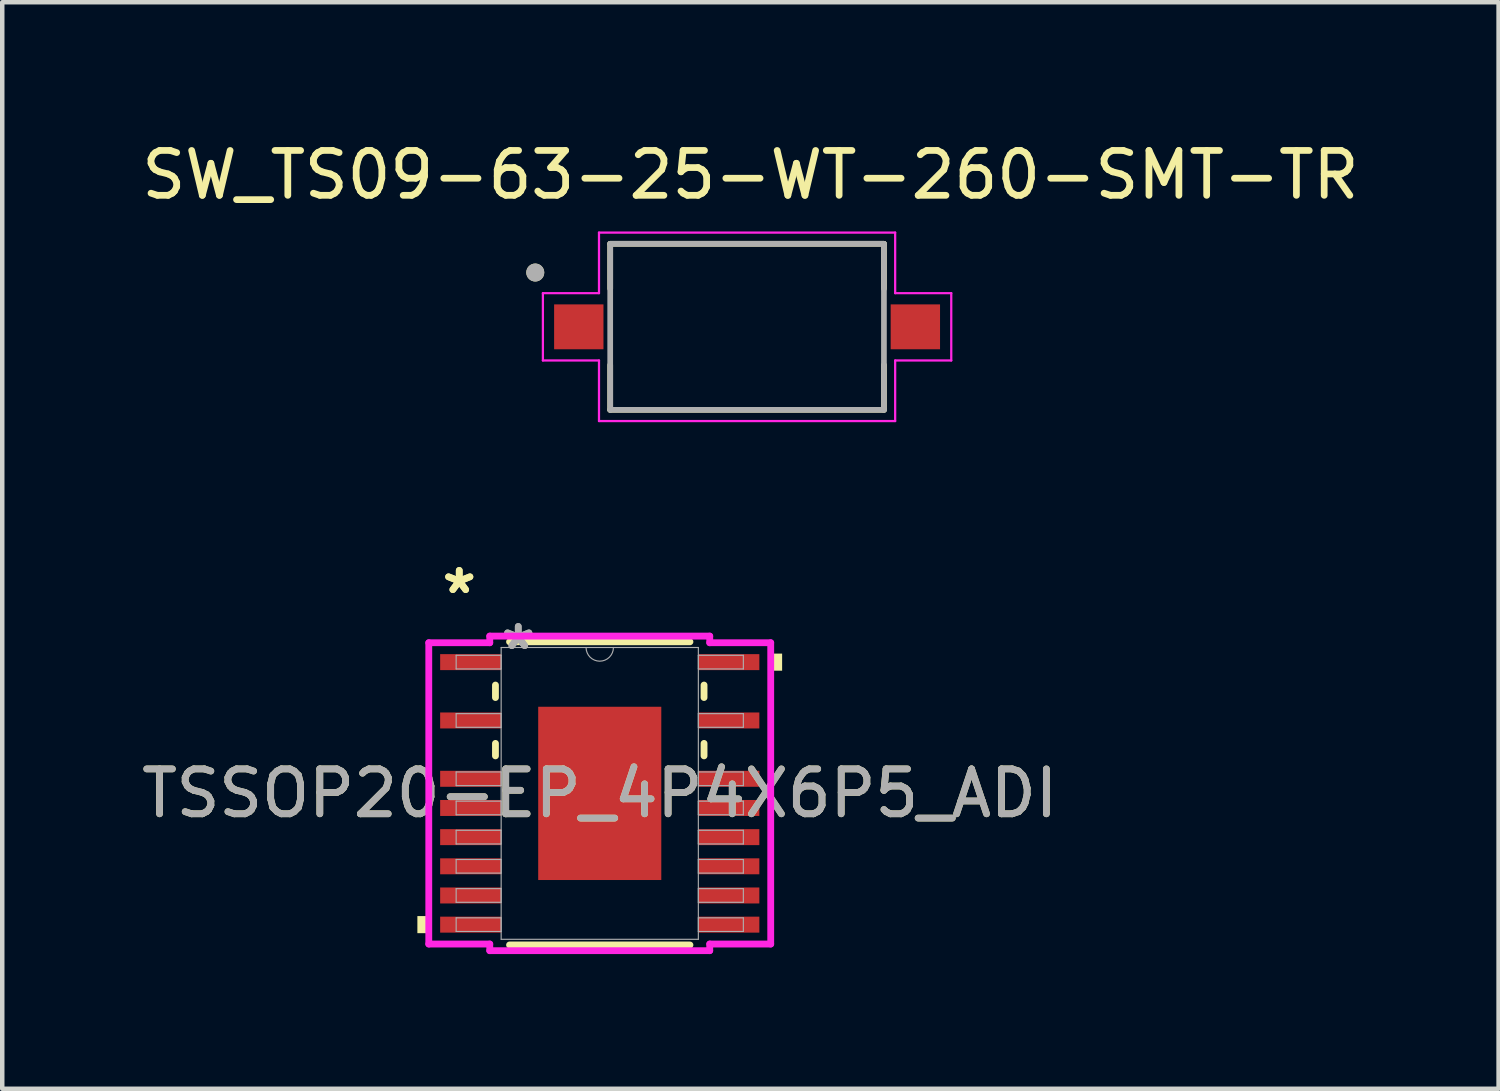
<source format=kicad_pcb>
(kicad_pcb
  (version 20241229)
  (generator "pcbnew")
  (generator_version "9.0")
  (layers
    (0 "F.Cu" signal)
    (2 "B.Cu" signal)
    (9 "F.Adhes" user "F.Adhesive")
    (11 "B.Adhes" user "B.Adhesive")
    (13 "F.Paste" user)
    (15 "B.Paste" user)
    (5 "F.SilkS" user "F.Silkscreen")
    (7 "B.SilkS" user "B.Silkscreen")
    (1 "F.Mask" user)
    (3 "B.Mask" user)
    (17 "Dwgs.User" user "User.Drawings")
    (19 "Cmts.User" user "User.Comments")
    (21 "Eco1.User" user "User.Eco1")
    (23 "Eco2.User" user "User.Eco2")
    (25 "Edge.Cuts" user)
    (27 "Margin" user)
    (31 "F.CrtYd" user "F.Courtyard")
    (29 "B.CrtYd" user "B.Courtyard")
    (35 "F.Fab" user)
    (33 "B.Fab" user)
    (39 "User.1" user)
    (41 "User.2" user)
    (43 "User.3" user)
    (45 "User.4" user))
  (footprint "SW_TS09-63-25-WT-260-SMT-TR"
    (layer "F.Cu")
    (at 13.598 4.233)
    (property "Reference" "SW_TS09-63-25-WT-260-SMT-TR" (at 0.075 -3.385 0) (layer "F.SilkS") (effects (font (size 1 1) (thickness 0.15))))
    (attr smd)
    (fp_line (start -3.05 -1.85) (end 3.05 -1.85) (stroke (width 0.127) (type solid)) (layer "F.SilkS"))
    (fp_line (start -3.05 -0.85) (end -3.05 -1.85) (stroke (width 0.127) (type solid)) (layer "F.SilkS"))
    (fp_line (start -3.05 0.85) (end -3.05 1.85) (stroke (width 0.127) (type solid)) (layer "F.SilkS"))
    (fp_line (start -3.05 1.85) (end 3.05 1.85) (stroke (width 0.127) (type solid)) (layer "F.SilkS"))
    (fp_line (start 3.05 -1.85) (end 3.05 -0.85) (stroke (width 0.127) (type solid)) (layer "F.SilkS"))
    (fp_line (start 3.05 1.85) (end 3.05 0.85) (stroke (width 0.127) (type solid)) (layer "F.SilkS"))
    (fp_circle (center -4.72 -1.21) (end -4.62 -1.21) (stroke (width 0.2) (type solid)) (fill no) (layer "F.SilkS"))
    (fp_line (start -4.55 -0.75) (end -3.3 -0.75) (stroke (width 0.05) (type solid)) (layer "F.CrtYd"))
    (fp_line (start -4.55 0.75) (end -4.55 -0.75) (stroke (width 0.05) (type solid)) (layer "F.CrtYd"))
    (fp_line (start -3.3 -2.1) (end 3.3 -2.1) (stroke (width 0.05) (type solid)) (layer "F.CrtYd"))
    (fp_line (start -3.3 -0.75) (end -3.3 -2.1) (stroke (width 0.05) (type solid)) (layer "F.CrtYd"))
    (fp_line (start -3.3 0.75) (end -4.55 0.75) (stroke (width 0.05) (type solid)) (layer "F.CrtYd"))
    (fp_line (start -3.3 2.1) (end -3.3 0.75) (stroke (width 0.05) (type solid)) (layer "F.CrtYd"))
    (fp_line (start 3.3 -2.1) (end 3.3 -0.75) (stroke (width 0.05) (type solid)) (layer "F.CrtYd"))
    (fp_line (start 3.3 -0.75) (end 4.55 -0.75) (stroke (width 0.05) (type solid)) (layer "F.CrtYd"))
    (fp_line (start 3.3 0.75) (end 3.3 2.1) (stroke (width 0.05) (type solid)) (layer "F.CrtYd"))
    (fp_line (start 3.3 2.1) (end -3.3 2.1) (stroke (width 0.05) (type solid)) (layer "F.CrtYd"))
    (fp_line (start 4.55 -0.75) (end 4.55 0.75) (stroke (width 0.05) (type solid)) (layer "F.CrtYd"))
    (fp_line (start 4.55 0.75) (end 3.3 0.75) (stroke (width 0.05) (type solid)) (layer "F.CrtYd"))
    (fp_line (start -3.05 -1.85) (end -3.05 1.85) (stroke (width 0.127) (type solid)) (layer "F.Fab"))
    (fp_line (start -3.05 1.85) (end 3.05 1.85) (stroke (width 0.127) (type solid)) (layer "F.Fab"))
    (fp_line (start 3.05 -1.85) (end -3.05 -1.85) (stroke (width 0.127) (type solid)) (layer "F.Fab"))
    (fp_line (start 3.05 1.85) (end 3.05 -1.85) (stroke (width 0.127) (type solid)) (layer "F.Fab"))
    (fp_circle (center -4.72 -1.21) (end -4.62 -1.21) (stroke (width 0.2) (type solid)) (fill no) (layer "F.Fab"))
    (pad "1" smd rect (at -3.75 0) (size 1.1 1) (layers "F.Cu" "F.Mask" "F.Paste"))
    (pad "2" smd rect (at 3.75 0) (size 1.1 1) (layers "F.Cu" "F.Mask" "F.Paste")))
  (footprint "TSSOP20-EP_4P4X6P5_ADI"
    (layer "F.Cu")
    (at 10.315 14.63)
    (property "Reference" "TSSOP20-EP_4P4X6P5_ADI" (at 0 0 0) (unlocked yes) (layer "F.SilkS") (effects (font (size 1 1) (thickness 0.15))))
    (attr smd)
    (fp_line (start -2.324 -2.414) (end -2.324 -2.136) (stroke (width 0.152) (type solid)) (layer "F.SilkS"))
    (fp_line (start -2.324 -1.114) (end -2.324 -0.836) (stroke (width 0.152) (type solid)) (layer "F.SilkS"))
    (fp_line (start -2.01 3.378) (end 2.01 3.378) (stroke (width 0.152) (type solid)) (layer "F.SilkS"))
    (fp_line (start 2.01 -3.378) (end -2.01 -3.378) (stroke (width 0.152) (type solid)) (layer "F.SilkS"))
    (fp_line (start 2.324 -2.136) (end 2.324 -2.414) (stroke (width 0.152) (type solid)) (layer "F.SilkS"))
    (fp_line (start 2.324 -0.836) (end 2.324 -1.114) (stroke (width 0.152) (type solid)) (layer "F.SilkS"))
    (fp_poly (pts (xy -4.064 2.734) (xy -4.064 3.115) (xy -3.81 3.115) (xy -3.81 2.734)) (stroke (width 0) (type solid)) (fill yes) (layer "F.SilkS"))
    (fp_poly (pts (xy 4.064 -3.115) (xy 4.064 -2.734) (xy 3.81 -2.734) (xy 3.81 -3.115)) (stroke (width 0) (type solid)) (fill yes) (layer "F.SilkS"))
    (fp_poly (pts (xy -1.272 -1.83) (xy -1.272 -0.743) (xy -0.1 -0.743) (xy -0.1 -1.83)) (stroke (width 0) (type solid)) (fill yes) (layer "F.Paste"))
    (fp_poly (pts (xy -1.272 -0.543) (xy -1.272 0.543) (xy -0.1 0.543) (xy -0.1 -0.543)) (stroke (width 0) (type solid)) (fill yes) (layer "F.Paste"))
    (fp_poly (pts (xy -1.272 0.743) (xy -1.272 1.83) (xy -0.1 1.83) (xy -0.1 0.743)) (stroke (width 0) (type solid)) (fill yes) (layer "F.Paste"))
    (fp_poly (pts (xy 0.1 -1.83) (xy 0.1 -0.743) (xy 1.272 -0.743) (xy 1.272 -1.83)) (stroke (width 0) (type solid)) (fill yes) (layer "F.Paste"))
    (fp_poly (pts (xy 0.1 -0.543) (xy 0.1 0.543) (xy 1.272 0.543) (xy 1.272 -0.543)) (stroke (width 0) (type solid)) (fill yes) (layer "F.Paste"))
    (fp_poly (pts (xy 0.1 0.743) (xy 0.1 1.83) (xy 1.272 1.83) (xy 1.272 0.743)) (stroke (width 0) (type solid)) (fill yes) (layer "F.Paste"))
    (fp_line (start -3.81 -3.357) (end -2.451 -3.357) (stroke (width 0.152) (type solid)) (layer "F.CrtYd"))
    (fp_line (start -3.81 3.357) (end -3.81 -3.357) (stroke (width 0.152) (type solid)) (layer "F.CrtYd"))
    (fp_line (start -3.81 3.357) (end -2.451 3.357) (stroke (width 0.152) (type solid)) (layer "F.CrtYd"))
    (fp_line (start -2.451 -3.505) (end 2.451 -3.505) (stroke (width 0.152) (type solid)) (layer "F.CrtYd"))
    (fp_line (start -2.451 -3.357) (end -2.451 -3.505) (stroke (width 0.152) (type solid)) (layer "F.CrtYd"))
    (fp_line (start -2.451 3.505) (end -2.451 3.357) (stroke (width 0.152) (type solid)) (layer "F.CrtYd"))
    (fp_line (start 2.451 -3.505) (end 2.451 -3.357) (stroke (width 0.152) (type solid)) (layer "F.CrtYd"))
    (fp_line (start 2.451 3.357) (end 2.451 3.505) (stroke (width 0.152) (type solid)) (layer "F.CrtYd"))
    (fp_line (start 2.451 3.505) (end -2.451 3.505) (stroke (width 0.152) (type solid)) (layer "F.CrtYd"))
    (fp_line (start 3.81 -3.357) (end 2.451 -3.357) (stroke (width 0.152) (type solid)) (layer "F.CrtYd"))
    (fp_line (start 3.81 -3.357) (end 3.81 3.357) (stroke (width 0.152) (type solid)) (layer "F.CrtYd"))
    (fp_line (start 3.81 3.357) (end 2.451 3.357) (stroke (width 0.152) (type solid)) (layer "F.CrtYd"))
    (fp_line (start -3.2 -3.077) (end -3.2 -2.773) (stroke (width 0.025) (type solid)) (layer "F.Fab"))
    (fp_line (start -3.2 -2.773) (end -2.197 -2.773) (stroke (width 0.025) (type solid)) (layer "F.Fab"))
    (fp_line (start -3.2 -1.777) (end -3.2 -1.473) (stroke (width 0.025) (type solid)) (layer "F.Fab"))
    (fp_line (start -3.2 -1.473) (end -2.197 -1.473) (stroke (width 0.025) (type solid)) (layer "F.Fab"))
    (fp_line (start -3.2 -0.477) (end -3.2 -0.173) (stroke (width 0.025) (type solid)) (layer "F.Fab"))
    (fp_line (start -3.2 -0.173) (end -2.197 -0.173) (stroke (width 0.025) (type solid)) (layer "F.Fab"))
    (fp_line (start -3.2 0.173) (end -3.2 0.477) (stroke (width 0.025) (type solid)) (layer "F.Fab"))
    (fp_line (start -3.2 0.477) (end -2.197 0.477) (stroke (width 0.025) (type solid)) (layer "F.Fab"))
    (fp_line (start -3.2 0.823) (end -3.2 1.127) (stroke (width 0.025) (type solid)) (layer "F.Fab"))
    (fp_line (start -3.2 1.127) (end -2.197 1.127) (stroke (width 0.025) (type solid)) (layer "F.Fab"))
    (fp_line (start -3.2 1.473) (end -3.2 1.777) (stroke (width 0.025) (type solid)) (layer "F.Fab"))
    (fp_line (start -3.2 1.777) (end -2.197 1.777) (stroke (width 0.025) (type solid)) (layer "F.Fab"))
    (fp_line (start -3.2 2.123) (end -3.2 2.427) (stroke (width 0.025) (type solid)) (layer "F.Fab"))
    (fp_line (start -3.2 2.427) (end -2.197 2.427) (stroke (width 0.025) (type solid)) (layer "F.Fab"))
    (fp_line (start -3.2 2.773) (end -3.2 3.077) (stroke (width 0.025) (type solid)) (layer "F.Fab"))
    (fp_line (start -3.2 3.077) (end -2.197 3.077) (stroke (width 0.025) (type solid)) (layer "F.Fab"))
    (fp_line (start -2.197 -3.251) (end -2.197 3.251) (stroke (width 0.025) (type solid)) (layer "F.Fab"))
    (fp_line (start -2.197 -3.077) (end -3.2 -3.077) (stroke (width 0.025) (type solid)) (layer "F.Fab"))
    (fp_line (start -2.197 -2.773) (end -2.197 -3.077) (stroke (width 0.025) (type solid)) (layer "F.Fab"))
    (fp_line (start -2.197 -1.777) (end -3.2 -1.777) (stroke (width 0.025) (type solid)) (layer "F.Fab"))
    (fp_line (start -2.197 -1.473) (end -2.197 -1.777) (stroke (width 0.025) (type solid)) (layer "F.Fab"))
    (fp_line (start -2.197 -0.477) (end -3.2 -0.477) (stroke (width 0.025) (type solid)) (layer "F.Fab"))
    (fp_line (start -2.197 -0.173) (end -2.197 -0.477) (stroke (width 0.025) (type solid)) (layer "F.Fab"))
    (fp_line (start -2.197 0.173) (end -3.2 0.173) (stroke (width 0.025) (type solid)) (layer "F.Fab"))
    (fp_line (start -2.197 0.477) (end -2.197 0.173) (stroke (width 0.025) (type solid)) (layer "F.Fab"))
    (fp_line (start -2.197 0.823) (end -3.2 0.823) (stroke (width 0.025) (type solid)) (layer "F.Fab"))
    (fp_line (start -2.197 1.127) (end -2.197 0.823) (stroke (width 0.025) (type solid)) (layer "F.Fab"))
    (fp_line (start -2.197 1.473) (end -3.2 1.473) (stroke (width 0.025) (type solid)) (layer "F.Fab"))
    (fp_line (start -2.197 1.777) (end -2.197 1.473) (stroke (width 0.025) (type solid)) (layer "F.Fab"))
    (fp_line (start -2.197 2.123) (end -3.2 2.123) (stroke (width 0.025) (type solid)) (layer "F.Fab"))
    (fp_line (start -2.197 2.427) (end -2.197 2.123) (stroke (width 0.025) (type solid)) (layer "F.Fab"))
    (fp_line (start -2.197 2.773) (end -3.2 2.773) (stroke (width 0.025) (type solid)) (layer "F.Fab"))
    (fp_line (start -2.197 3.077) (end -2.197 2.773) (stroke (width 0.025) (type solid)) (layer "F.Fab"))
    (fp_line (start -2.197 3.251) (end 2.197 3.251) (stroke (width 0.025) (type solid)) (layer "F.Fab"))
    (fp_line (start 2.197 -3.251) (end -2.197 -3.251) (stroke (width 0.025) (type solid)) (layer "F.Fab"))
    (fp_line (start 2.197 -3.077) (end 2.197 -2.773) (stroke (width 0.025) (type solid)) (layer "F.Fab"))
    (fp_line (start 2.197 -2.773) (end 3.2 -2.773) (stroke (width 0.025) (type solid)) (layer "F.Fab"))
    (fp_line (start 2.197 -1.777) (end 2.197 -1.473) (stroke (width 0.025) (type solid)) (layer "F.Fab"))
    (fp_line (start 2.197 -1.473) (end 3.2 -1.473) (stroke (width 0.025) (type solid)) (layer "F.Fab"))
    (fp_line (start 2.197 -0.477) (end 2.197 -0.173) (stroke (width 0.025) (type solid)) (layer "F.Fab"))
    (fp_line (start 2.197 -0.173) (end 3.2 -0.173) (stroke (width 0.025) (type solid)) (layer "F.Fab"))
    (fp_line (start 2.197 0.173) (end 2.197 0.477) (stroke (width 0.025) (type solid)) (layer "F.Fab"))
    (fp_line (start 2.197 0.477) (end 3.2 0.477) (stroke (width 0.025) (type solid)) (layer "F.Fab"))
    (fp_line (start 2.197 0.823) (end 2.197 1.127) (stroke (width 0.025) (type solid)) (layer "F.Fab"))
    (fp_line (start 2.197 1.127) (end 3.2 1.127) (stroke (width 0.025) (type solid)) (layer "F.Fab"))
    (fp_line (start 2.197 1.473) (end 2.197 1.777) (stroke (width 0.025) (type solid)) (layer "F.Fab"))
    (fp_line (start 2.197 1.777) (end 3.2 1.777) (stroke (width 0.025) (type solid)) (layer "F.Fab"))
    (fp_line (start 2.197 2.123) (end 2.197 2.427) (stroke (width 0.025) (type solid)) (layer "F.Fab"))
    (fp_line (start 2.197 2.427) (end 3.2 2.427) (stroke (width 0.025) (type solid)) (layer "F.Fab"))
    (fp_line (start 2.197 2.773) (end 2.197 3.077) (stroke (width 0.025) (type solid)) (layer "F.Fab"))
    (fp_line (start 2.197 3.077) (end 3.2 3.077) (stroke (width 0.025) (type solid)) (layer "F.Fab"))
    (fp_line (start 2.197 3.251) (end 2.197 -3.251) (stroke (width 0.025) (type solid)) (layer "F.Fab"))
    (fp_line (start 3.2 -3.077) (end 2.197 -3.077) (stroke (width 0.025) (type solid)) (layer "F.Fab"))
    (fp_line (start 3.2 -2.773) (end 3.2 -3.077) (stroke (width 0.025) (type solid)) (layer "F.Fab"))
    (fp_line (start 3.2 -1.777) (end 2.197 -1.777) (stroke (width 0.025) (type solid)) (layer "F.Fab"))
    (fp_line (start 3.2 -1.473) (end 3.2 -1.777) (stroke (width 0.025) (type solid)) (layer "F.Fab"))
    (fp_line (start 3.2 -0.477) (end 2.197 -0.477) (stroke (width 0.025) (type solid)) (layer "F.Fab"))
    (fp_line (start 3.2 -0.173) (end 3.2 -0.477) (stroke (width 0.025) (type solid)) (layer "F.Fab"))
    (fp_line (start 3.2 0.173) (end 2.197 0.173) (stroke (width 0.025) (type solid)) (layer "F.Fab"))
    (fp_line (start 3.2 0.477) (end 3.2 0.173) (stroke (width 0.025) (type solid)) (layer "F.Fab"))
    (fp_line (start 3.2 0.823) (end 2.197 0.823) (stroke (width 0.025) (type solid)) (layer "F.Fab"))
    (fp_line (start 3.2 1.127) (end 3.2 0.823) (stroke (width 0.025) (type solid)) (layer "F.Fab"))
    (fp_line (start 3.2 1.473) (end 2.197 1.473) (stroke (width 0.025) (type solid)) (layer "F.Fab"))
    (fp_line (start 3.2 1.777) (end 3.2 1.473) (stroke (width 0.025) (type solid)) (layer "F.Fab"))
    (fp_line (start 3.2 2.123) (end 2.197 2.123) (stroke (width 0.025) (type solid)) (layer "F.Fab"))
    (fp_line (start 3.2 2.427) (end 3.2 2.123) (stroke (width 0.025) (type solid)) (layer "F.Fab"))
    (fp_line (start 3.2 2.773) (end 2.197 2.773) (stroke (width 0.025) (type solid)) (layer "F.Fab"))
    (fp_line (start 3.2 3.077) (end 3.2 2.773) (stroke (width 0.025) (type solid)) (layer "F.Fab"))
    (fp_arc (start 0.3048 -3.2512) (mid 0 -2.9464) (end -0.3048 -3.2512) (stroke (width 0.0254) (type solid)) (layer "F.Fab"))
    (fp_text user "*" (at -3.131 -4.424 0) (unlocked yes) (layer "F.SilkS") (effects (font (size 1 1) (thickness 0.15))))
    (fp_text user "*" (at -3.131 -4.424 0) (layer "F.SilkS") (effects (font (size 1 1) (thickness 0.15))))
    (fp_text user "*" (at -1.816 -3.175 0) (layer "F.Fab") (effects (font (size 1 1) (thickness 0.15))))
    (fp_text user "*" (at -1.816 -3.175 0) (unlocked yes) (layer "F.Fab") (effects (font (size 1 1) (thickness 0.15))))
    (fp_text user "${REFERENCE}" (at 0 0 0) (unlocked yes) (layer "F.Fab") (effects (font (size 1 1) (thickness 0.15))))
    (pad "1" smd rect (at -2.877 -2.925) (size 1.359 0.356) (layers "F.Cu" "F.Mask" "F.Paste"))
    (pad "3" smd rect (at -2.877 -1.625) (size 1.359 0.356) (layers "F.Cu" "F.Mask" "F.Paste"))
    (pad "5" smd rect (at -2.877 -0.325) (size 1.359 0.356) (layers "F.Cu" "F.Mask" "F.Paste"))
    (pad "6" smd rect (at -2.877 0.325) (size 1.359 0.356) (layers "F.Cu" "F.Mask" "F.Paste"))
    (pad "7" smd rect (at -2.877 0.975) (size 1.359 0.356) (layers "F.Cu" "F.Mask" "F.Paste"))
    (pad "8" smd rect (at -2.877 1.625) (size 1.359 0.356) (layers "F.Cu" "F.Mask" "F.Paste"))
    (pad "9" smd rect (at -2.877 2.275) (size 1.359 0.356) (layers "F.Cu" "F.Mask" "F.Paste"))
    (pad "10" smd rect (at -2.877 2.925) (size 1.359 0.356) (layers "F.Cu" "F.Mask" "F.Paste"))
    (pad "11" smd rect (at 2.877 2.925) (size 1.359 0.356) (layers "F.Cu" "F.Mask" "F.Paste"))
    (pad "12" smd rect (at 2.877 2.275) (size 1.359 0.356) (layers "F.Cu" "F.Mask" "F.Paste"))
    (pad "13" smd rect (at 2.877 1.625) (size 1.359 0.356) (layers "F.Cu" "F.Mask" "F.Paste"))
    (pad "14" smd rect (at 2.877 0.975) (size 1.359 0.356) (layers "F.Cu" "F.Mask" "F.Paste"))
    (pad "15" smd rect (at 2.877 0.325) (size 1.359 0.356) (layers "F.Cu" "F.Mask" "F.Paste"))
    (pad "16" smd rect (at 2.877 -0.325) (size 1.359 0.356) (layers "F.Cu" "F.Mask" "F.Paste"))
    (pad "18" smd rect (at 2.877 -1.625) (size 1.359 0.356) (layers "F.Cu" "F.Mask" "F.Paste"))
    (pad "20" smd rect (at 2.877 -2.925) (size 1.359 0.356) (layers "F.Cu" "F.Mask" "F.Paste"))
    (pad "EPAD" smd rect (at 0 0) (size 2.743 3.861) (layers "F.Cu" "F.Mask")))
  (gr_rect
    (start -3 -3)
    (end 30.345 21.212)
    (stroke (width 0.1) (type default))
    (fill no)
    (layer "Edge.Cuts")))
</source>
